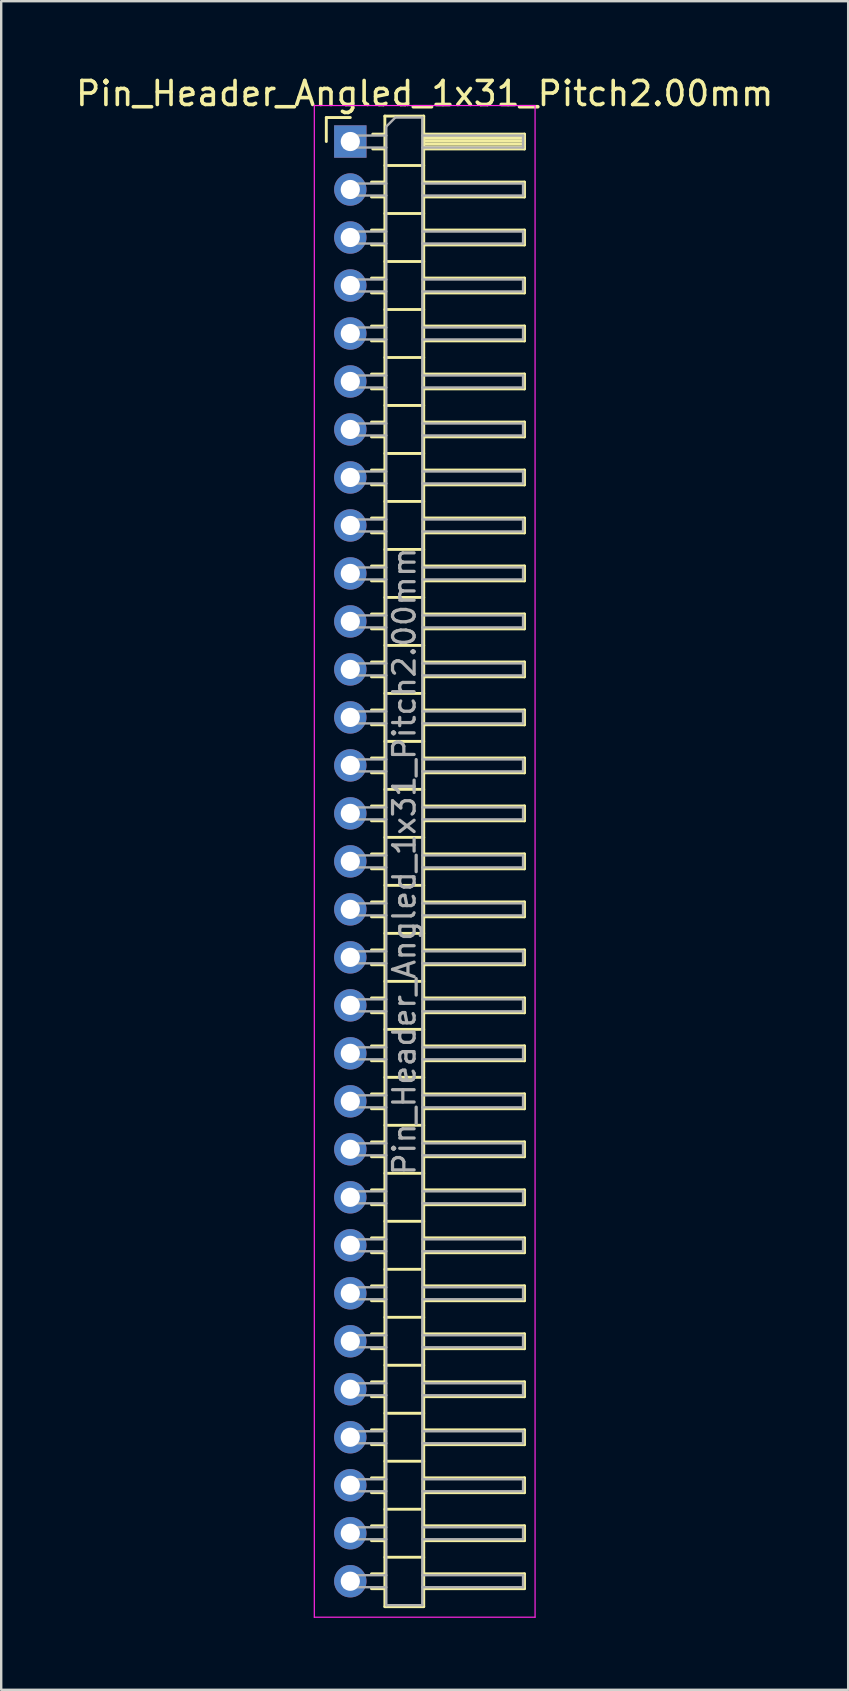
<source format=kicad_pcb>
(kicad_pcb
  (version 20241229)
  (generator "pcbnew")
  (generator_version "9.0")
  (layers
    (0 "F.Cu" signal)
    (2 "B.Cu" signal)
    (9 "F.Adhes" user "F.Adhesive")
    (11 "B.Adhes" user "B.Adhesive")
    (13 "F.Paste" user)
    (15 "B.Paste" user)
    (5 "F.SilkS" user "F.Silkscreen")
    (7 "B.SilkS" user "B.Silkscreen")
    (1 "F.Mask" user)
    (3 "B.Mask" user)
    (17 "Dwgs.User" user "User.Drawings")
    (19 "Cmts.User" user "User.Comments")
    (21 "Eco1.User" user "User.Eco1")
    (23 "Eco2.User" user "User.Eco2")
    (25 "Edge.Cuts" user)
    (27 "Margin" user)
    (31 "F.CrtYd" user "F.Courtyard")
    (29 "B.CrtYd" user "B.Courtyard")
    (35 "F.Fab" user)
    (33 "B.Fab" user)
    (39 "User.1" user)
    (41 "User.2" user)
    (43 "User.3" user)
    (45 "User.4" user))
  (footprint "Pin_Header_Angled_1x31_Pitch2.00mm"
    (layer "F.Cu")
    (at 11.549 2.848)
    (property "Reference" "Pin_Header_Angled_1x31_Pitch2.00mm" (at 3.1 -2 0) (layer "F.SilkS") (effects (font (size 1 1) (thickness 0.15))))
    (attr through_hole)
    (fp_line (start -1 -1) (end 0 -1) (stroke (width 0.12) (type solid)) (layer "F.SilkS"))
    (fp_line (start -1 0) (end -1 -1) (stroke (width 0.12) (type solid)) (layer "F.SilkS"))
    (fp_line (start 0.882 1.69) (end 1.44 1.69) (stroke (width 0.12) (type solid)) (layer "F.SilkS"))
    (fp_line (start 0.882 2.31) (end 1.44 2.31) (stroke (width 0.12) (type solid)) (layer "F.SilkS"))
    (fp_line (start 0.882 3.69) (end 1.44 3.69) (stroke (width 0.12) (type solid)) (layer "F.SilkS"))
    (fp_line (start 0.882 4.31) (end 1.44 4.31) (stroke (width 0.12) (type solid)) (layer "F.SilkS"))
    (fp_line (start 0.882 5.69) (end 1.44 5.69) (stroke (width 0.12) (type solid)) (layer "F.SilkS"))
    (fp_line (start 0.882 6.31) (end 1.44 6.31) (stroke (width 0.12) (type solid)) (layer "F.SilkS"))
    (fp_line (start 0.882 7.69) (end 1.44 7.69) (stroke (width 0.12) (type solid)) (layer "F.SilkS"))
    (fp_line (start 0.882 8.31) (end 1.44 8.31) (stroke (width 0.12) (type solid)) (layer "F.SilkS"))
    (fp_line (start 0.882 9.69) (end 1.44 9.69) (stroke (width 0.12) (type solid)) (layer "F.SilkS"))
    (fp_line (start 0.882 10.31) (end 1.44 10.31) (stroke (width 0.12) (type solid)) (layer "F.SilkS"))
    (fp_line (start 0.882 11.69) (end 1.44 11.69) (stroke (width 0.12) (type solid)) (layer "F.SilkS"))
    (fp_line (start 0.882 12.31) (end 1.44 12.31) (stroke (width 0.12) (type solid)) (layer "F.SilkS"))
    (fp_line (start 0.882 13.69) (end 1.44 13.69) (stroke (width 0.12) (type solid)) (layer "F.SilkS"))
    (fp_line (start 0.882 14.31) (end 1.44 14.31) (stroke (width 0.12) (type solid)) (layer "F.SilkS"))
    (fp_line (start 0.882 15.69) (end 1.44 15.69) (stroke (width 0.12) (type solid)) (layer "F.SilkS"))
    (fp_line (start 0.882 16.31) (end 1.44 16.31) (stroke (width 0.12) (type solid)) (layer "F.SilkS"))
    (fp_line (start 0.882 17.69) (end 1.44 17.69) (stroke (width 0.12) (type solid)) (layer "F.SilkS"))
    (fp_line (start 0.882 18.31) (end 1.44 18.31) (stroke (width 0.12) (type solid)) (layer "F.SilkS"))
    (fp_line (start 0.882 19.69) (end 1.44 19.69) (stroke (width 0.12) (type solid)) (layer "F.SilkS"))
    (fp_line (start 0.882 20.31) (end 1.44 20.31) (stroke (width 0.12) (type solid)) (layer "F.SilkS"))
    (fp_line (start 0.882 21.69) (end 1.44 21.69) (stroke (width 0.12) (type solid)) (layer "F.SilkS"))
    (fp_line (start 0.882 22.31) (end 1.44 22.31) (stroke (width 0.12) (type solid)) (layer "F.SilkS"))
    (fp_line (start 0.882 23.69) (end 1.44 23.69) (stroke (width 0.12) (type solid)) (layer "F.SilkS"))
    (fp_line (start 0.882 24.31) (end 1.44 24.31) (stroke (width 0.12) (type solid)) (layer "F.SilkS"))
    (fp_line (start 0.882 25.69) (end 1.44 25.69) (stroke (width 0.12) (type solid)) (layer "F.SilkS"))
    (fp_line (start 0.882 26.31) (end 1.44 26.31) (stroke (width 0.12) (type solid)) (layer "F.SilkS"))
    (fp_line (start 0.882 27.69) (end 1.44 27.69) (stroke (width 0.12) (type solid)) (layer "F.SilkS"))
    (fp_line (start 0.882 28.31) (end 1.44 28.31) (stroke (width 0.12) (type solid)) (layer "F.SilkS"))
    (fp_line (start 0.882 29.69) (end 1.44 29.69) (stroke (width 0.12) (type solid)) (layer "F.SilkS"))
    (fp_line (start 0.882 30.31) (end 1.44 30.31) (stroke (width 0.12) (type solid)) (layer "F.SilkS"))
    (fp_line (start 0.882 31.69) (end 1.44 31.69) (stroke (width 0.12) (type solid)) (layer "F.SilkS"))
    (fp_line (start 0.882 32.31) (end 1.44 32.31) (stroke (width 0.12) (type solid)) (layer "F.SilkS"))
    (fp_line (start 0.882 33.69) (end 1.44 33.69) (stroke (width 0.12) (type solid)) (layer "F.SilkS"))
    (fp_line (start 0.882 34.31) (end 1.44 34.31) (stroke (width 0.12) (type solid)) (layer "F.SilkS"))
    (fp_line (start 0.882 35.69) (end 1.44 35.69) (stroke (width 0.12) (type solid)) (layer "F.SilkS"))
    (fp_line (start 0.882 36.31) (end 1.44 36.31) (stroke (width 0.12) (type solid)) (layer "F.SilkS"))
    (fp_line (start 0.882 37.69) (end 1.44 37.69) (stroke (width 0.12) (type solid)) (layer "F.SilkS"))
    (fp_line (start 0.882 38.31) (end 1.44 38.31) (stroke (width 0.12) (type solid)) (layer "F.SilkS"))
    (fp_line (start 0.882 39.69) (end 1.44 39.69) (stroke (width 0.12) (type solid)) (layer "F.SilkS"))
    (fp_line (start 0.882 40.31) (end 1.44 40.31) (stroke (width 0.12) (type solid)) (layer "F.SilkS"))
    (fp_line (start 0.882 41.69) (end 1.44 41.69) (stroke (width 0.12) (type solid)) (layer "F.SilkS"))
    (fp_line (start 0.882 42.31) (end 1.44 42.31) (stroke (width 0.12) (type solid)) (layer "F.SilkS"))
    (fp_line (start 0.882 43.69) (end 1.44 43.69) (stroke (width 0.12) (type solid)) (layer "F.SilkS"))
    (fp_line (start 0.882 44.31) (end 1.44 44.31) (stroke (width 0.12) (type solid)) (layer "F.SilkS"))
    (fp_line (start 0.882 45.69) (end 1.44 45.69) (stroke (width 0.12) (type solid)) (layer "F.SilkS"))
    (fp_line (start 0.882 46.31) (end 1.44 46.31) (stroke (width 0.12) (type solid)) (layer "F.SilkS"))
    (fp_line (start 0.882 47.69) (end 1.44 47.69) (stroke (width 0.12) (type solid)) (layer "F.SilkS"))
    (fp_line (start 0.882 48.31) (end 1.44 48.31) (stroke (width 0.12) (type solid)) (layer "F.SilkS"))
    (fp_line (start 0.882 49.69) (end 1.44 49.69) (stroke (width 0.12) (type solid)) (layer "F.SilkS"))
    (fp_line (start 0.882 50.31) (end 1.44 50.31) (stroke (width 0.12) (type solid)) (layer "F.SilkS"))
    (fp_line (start 0.882 51.69) (end 1.44 51.69) (stroke (width 0.12) (type solid)) (layer "F.SilkS"))
    (fp_line (start 0.882 52.31) (end 1.44 52.31) (stroke (width 0.12) (type solid)) (layer "F.SilkS"))
    (fp_line (start 0.882 53.69) (end 1.44 53.69) (stroke (width 0.12) (type solid)) (layer "F.SilkS"))
    (fp_line (start 0.882 54.31) (end 1.44 54.31) (stroke (width 0.12) (type solid)) (layer "F.SilkS"))
    (fp_line (start 0.882 55.69) (end 1.44 55.69) (stroke (width 0.12) (type solid)) (layer "F.SilkS"))
    (fp_line (start 0.882 56.31) (end 1.44 56.31) (stroke (width 0.12) (type solid)) (layer "F.SilkS"))
    (fp_line (start 0.882 57.69) (end 1.44 57.69) (stroke (width 0.12) (type solid)) (layer "F.SilkS"))
    (fp_line (start 0.882 58.31) (end 1.44 58.31) (stroke (width 0.12) (type solid)) (layer "F.SilkS"))
    (fp_line (start 0.882 59.69) (end 1.44 59.69) (stroke (width 0.12) (type solid)) (layer "F.SilkS"))
    (fp_line (start 0.882 60.31) (end 1.44 60.31) (stroke (width 0.12) (type solid)) (layer "F.SilkS"))
    (fp_line (start 0.935 -0.31) (end 1.44 -0.31) (stroke (width 0.12) (type solid)) (layer "F.SilkS"))
    (fp_line (start 0.935 0.31) (end 1.44 0.31) (stroke (width 0.12) (type solid)) (layer "F.SilkS"))
    (fp_line (start 1.44 -1.06) (end 1.44 61.06) (stroke (width 0.12) (type solid)) (layer "F.SilkS"))
    (fp_line (start 1.44 1) (end 3.06 1) (stroke (width 0.12) (type solid)) (layer "F.SilkS"))
    (fp_line (start 1.44 3) (end 3.06 3) (stroke (width 0.12) (type solid)) (layer "F.SilkS"))
    (fp_line (start 1.44 5) (end 3.06 5) (stroke (width 0.12) (type solid)) (layer "F.SilkS"))
    (fp_line (start 1.44 7) (end 3.06 7) (stroke (width 0.12) (type solid)) (layer "F.SilkS"))
    (fp_line (start 1.44 9) (end 3.06 9) (stroke (width 0.12) (type solid)) (layer "F.SilkS"))
    (fp_line (start 1.44 11) (end 3.06 11) (stroke (width 0.12) (type solid)) (layer "F.SilkS"))
    (fp_line (start 1.44 13) (end 3.06 13) (stroke (width 0.12) (type solid)) (layer "F.SilkS"))
    (fp_line (start 1.44 15) (end 3.06 15) (stroke (width 0.12) (type solid)) (layer "F.SilkS"))
    (fp_line (start 1.44 17) (end 3.06 17) (stroke (width 0.12) (type solid)) (layer "F.SilkS"))
    (fp_line (start 1.44 19) (end 3.06 19) (stroke (width 0.12) (type solid)) (layer "F.SilkS"))
    (fp_line (start 1.44 21) (end 3.06 21) (stroke (width 0.12) (type solid)) (layer "F.SilkS"))
    (fp_line (start 1.44 23) (end 3.06 23) (stroke (width 0.12) (type solid)) (layer "F.SilkS"))
    (fp_line (start 1.44 25) (end 3.06 25) (stroke (width 0.12) (type solid)) (layer "F.SilkS"))
    (fp_line (start 1.44 27) (end 3.06 27) (stroke (width 0.12) (type solid)) (layer "F.SilkS"))
    (fp_line (start 1.44 29) (end 3.06 29) (stroke (width 0.12) (type solid)) (layer "F.SilkS"))
    (fp_line (start 1.44 31) (end 3.06 31) (stroke (width 0.12) (type solid)) (layer "F.SilkS"))
    (fp_line (start 1.44 33) (end 3.06 33) (stroke (width 0.12) (type solid)) (layer "F.SilkS"))
    (fp_line (start 1.44 35) (end 3.06 35) (stroke (width 0.12) (type solid)) (layer "F.SilkS"))
    (fp_line (start 1.44 37) (end 3.06 37) (stroke (width 0.12) (type solid)) (layer "F.SilkS"))
    (fp_line (start 1.44 39) (end 3.06 39) (stroke (width 0.12) (type solid)) (layer "F.SilkS"))
    (fp_line (start 1.44 41) (end 3.06 41) (stroke (width 0.12) (type solid)) (layer "F.SilkS"))
    (fp_line (start 1.44 43) (end 3.06 43) (stroke (width 0.12) (type solid)) (layer "F.SilkS"))
    (fp_line (start 1.44 45) (end 3.06 45) (stroke (width 0.12) (type solid)) (layer "F.SilkS"))
    (fp_line (start 1.44 47) (end 3.06 47) (stroke (width 0.12) (type solid)) (layer "F.SilkS"))
    (fp_line (start 1.44 49) (end 3.06 49) (stroke (width 0.12) (type solid)) (layer "F.SilkS"))
    (fp_line (start 1.44 51) (end 3.06 51) (stroke (width 0.12) (type solid)) (layer "F.SilkS"))
    (fp_line (start 1.44 53) (end 3.06 53) (stroke (width 0.12) (type solid)) (layer "F.SilkS"))
    (fp_line (start 1.44 55) (end 3.06 55) (stroke (width 0.12) (type solid)) (layer "F.SilkS"))
    (fp_line (start 1.44 57) (end 3.06 57) (stroke (width 0.12) (type solid)) (layer "F.SilkS"))
    (fp_line (start 1.44 59) (end 3.06 59) (stroke (width 0.12) (type solid)) (layer "F.SilkS"))
    (fp_line (start 1.44 61.06) (end 3.06 61.06) (stroke (width 0.12) (type solid)) (layer "F.SilkS"))
    (fp_line (start 3.06 -1.06) (end 1.44 -1.06) (stroke (width 0.12) (type solid)) (layer "F.SilkS"))
    (fp_line (start 3.06 -0.31) (end 7.26 -0.31) (stroke (width 0.12) (type solid)) (layer "F.SilkS"))
    (fp_line (start 3.06 -0.25) (end 7.26 -0.25) (stroke (width 0.12) (type solid)) (layer "F.SilkS"))
    (fp_line (start 3.06 -0.13) (end 7.26 -0.13) (stroke (width 0.12) (type solid)) (layer "F.SilkS"))
    (fp_line (start 3.06 -0.01) (end 7.26 -0.01) (stroke (width 0.12) (type solid)) (layer "F.SilkS"))
    (fp_line (start 3.06 0.11) (end 7.26 0.11) (stroke (width 0.12) (type solid)) (layer "F.SilkS"))
    (fp_line (start 3.06 0.23) (end 7.26 0.23) (stroke (width 0.12) (type solid)) (layer "F.SilkS"))
    (fp_line (start 3.06 1.69) (end 7.26 1.69) (stroke (width 0.12) (type solid)) (layer "F.SilkS"))
    (fp_line (start 3.06 3.69) (end 7.26 3.69) (stroke (width 0.12) (type solid)) (layer "F.SilkS"))
    (fp_line (start 3.06 5.69) (end 7.26 5.69) (stroke (width 0.12) (type solid)) (layer "F.SilkS"))
    (fp_line (start 3.06 7.69) (end 7.26 7.69) (stroke (width 0.12) (type solid)) (layer "F.SilkS"))
    (fp_line (start 3.06 9.69) (end 7.26 9.69) (stroke (width 0.12) (type solid)) (layer "F.SilkS"))
    (fp_line (start 3.06 11.69) (end 7.26 11.69) (stroke (width 0.12) (type solid)) (layer "F.SilkS"))
    (fp_line (start 3.06 13.69) (end 7.26 13.69) (stroke (width 0.12) (type solid)) (layer "F.SilkS"))
    (fp_line (start 3.06 15.69) (end 7.26 15.69) (stroke (width 0.12) (type solid)) (layer "F.SilkS"))
    (fp_line (start 3.06 17.69) (end 7.26 17.69) (stroke (width 0.12) (type solid)) (layer "F.SilkS"))
    (fp_line (start 3.06 19.69) (end 7.26 19.69) (stroke (width 0.12) (type solid)) (layer "F.SilkS"))
    (fp_line (start 3.06 21.69) (end 7.26 21.69) (stroke (width 0.12) (type solid)) (layer "F.SilkS"))
    (fp_line (start 3.06 23.69) (end 7.26 23.69) (stroke (width 0.12) (type solid)) (layer "F.SilkS"))
    (fp_line (start 3.06 25.69) (end 7.26 25.69) (stroke (width 0.12) (type solid)) (layer "F.SilkS"))
    (fp_line (start 3.06 27.69) (end 7.26 27.69) (stroke (width 0.12) (type solid)) (layer "F.SilkS"))
    (fp_line (start 3.06 29.69) (end 7.26 29.69) (stroke (width 0.12) (type solid)) (layer "F.SilkS"))
    (fp_line (start 3.06 31.69) (end 7.26 31.69) (stroke (width 0.12) (type solid)) (layer "F.SilkS"))
    (fp_line (start 3.06 33.69) (end 7.26 33.69) (stroke (width 0.12) (type solid)) (layer "F.SilkS"))
    (fp_line (start 3.06 35.69) (end 7.26 35.69) (stroke (width 0.12) (type solid)) (layer "F.SilkS"))
    (fp_line (start 3.06 37.69) (end 7.26 37.69) (stroke (width 0.12) (type solid)) (layer "F.SilkS"))
    (fp_line (start 3.06 39.69) (end 7.26 39.69) (stroke (width 0.12) (type solid)) (layer "F.SilkS"))
    (fp_line (start 3.06 41.69) (end 7.26 41.69) (stroke (width 0.12) (type solid)) (layer "F.SilkS"))
    (fp_line (start 3.06 43.69) (end 7.26 43.69) (stroke (width 0.12) (type solid)) (layer "F.SilkS"))
    (fp_line (start 3.06 45.69) (end 7.26 45.69) (stroke (width 0.12) (type solid)) (layer "F.SilkS"))
    (fp_line (start 3.06 47.69) (end 7.26 47.69) (stroke (width 0.12) (type solid)) (layer "F.SilkS"))
    (fp_line (start 3.06 49.69) (end 7.26 49.69) (stroke (width 0.12) (type solid)) (layer "F.SilkS"))
    (fp_line (start 3.06 51.69) (end 7.26 51.69) (stroke (width 0.12) (type solid)) (layer "F.SilkS"))
    (fp_line (start 3.06 53.69) (end 7.26 53.69) (stroke (width 0.12) (type solid)) (layer "F.SilkS"))
    (fp_line (start 3.06 55.69) (end 7.26 55.69) (stroke (width 0.12) (type solid)) (layer "F.SilkS"))
    (fp_line (start 3.06 57.69) (end 7.26 57.69) (stroke (width 0.12) (type solid)) (layer "F.SilkS"))
    (fp_line (start 3.06 59.69) (end 7.26 59.69) (stroke (width 0.12) (type solid)) (layer "F.SilkS"))
    (fp_line (start 3.06 61.06) (end 3.06 -1.06) (stroke (width 0.12) (type solid)) (layer "F.SilkS"))
    (fp_line (start 7.26 -0.31) (end 7.26 0.31) (stroke (width 0.12) (type solid)) (layer "F.SilkS"))
    (fp_line (start 7.26 0.31) (end 3.06 0.31) (stroke (width 0.12) (type solid)) (layer "F.SilkS"))
    (fp_line (start 7.26 1.69) (end 7.26 2.31) (stroke (width 0.12) (type solid)) (layer "F.SilkS"))
    (fp_line (start 7.26 2.31) (end 3.06 2.31) (stroke (width 0.12) (type solid)) (layer "F.SilkS"))
    (fp_line (start 7.26 3.69) (end 7.26 4.31) (stroke (width 0.12) (type solid)) (layer "F.SilkS"))
    (fp_line (start 7.26 4.31) (end 3.06 4.31) (stroke (width 0.12) (type solid)) (layer "F.SilkS"))
    (fp_line (start 7.26 5.69) (end 7.26 6.31) (stroke (width 0.12) (type solid)) (layer "F.SilkS"))
    (fp_line (start 7.26 6.31) (end 3.06 6.31) (stroke (width 0.12) (type solid)) (layer "F.SilkS"))
    (fp_line (start 7.26 7.69) (end 7.26 8.31) (stroke (width 0.12) (type solid)) (layer "F.SilkS"))
    (fp_line (start 7.26 8.31) (end 3.06 8.31) (stroke (width 0.12) (type solid)) (layer "F.SilkS"))
    (fp_line (start 7.26 9.69) (end 7.26 10.31) (stroke (width 0.12) (type solid)) (layer "F.SilkS"))
    (fp_line (start 7.26 10.31) (end 3.06 10.31) (stroke (width 0.12) (type solid)) (layer "F.SilkS"))
    (fp_line (start 7.26 11.69) (end 7.26 12.31) (stroke (width 0.12) (type solid)) (layer "F.SilkS"))
    (fp_line (start 7.26 12.31) (end 3.06 12.31) (stroke (width 0.12) (type solid)) (layer "F.SilkS"))
    (fp_line (start 7.26 13.69) (end 7.26 14.31) (stroke (width 0.12) (type solid)) (layer "F.SilkS"))
    (fp_line (start 7.26 14.31) (end 3.06 14.31) (stroke (width 0.12) (type solid)) (layer "F.SilkS"))
    (fp_line (start 7.26 15.69) (end 7.26 16.31) (stroke (width 0.12) (type solid)) (layer "F.SilkS"))
    (fp_line (start 7.26 16.31) (end 3.06 16.31) (stroke (width 0.12) (type solid)) (layer "F.SilkS"))
    (fp_line (start 7.26 17.69) (end 7.26 18.31) (stroke (width 0.12) (type solid)) (layer "F.SilkS"))
    (fp_line (start 7.26 18.31) (end 3.06 18.31) (stroke (width 0.12) (type solid)) (layer "F.SilkS"))
    (fp_line (start 7.26 19.69) (end 7.26 20.31) (stroke (width 0.12) (type solid)) (layer "F.SilkS"))
    (fp_line (start 7.26 20.31) (end 3.06 20.31) (stroke (width 0.12) (type solid)) (layer "F.SilkS"))
    (fp_line (start 7.26 21.69) (end 7.26 22.31) (stroke (width 0.12) (type solid)) (layer "F.SilkS"))
    (fp_line (start 7.26 22.31) (end 3.06 22.31) (stroke (width 0.12) (type solid)) (layer "F.SilkS"))
    (fp_line (start 7.26 23.69) (end 7.26 24.31) (stroke (width 0.12) (type solid)) (layer "F.SilkS"))
    (fp_line (start 7.26 24.31) (end 3.06 24.31) (stroke (width 0.12) (type solid)) (layer "F.SilkS"))
    (fp_line (start 7.26 25.69) (end 7.26 26.31) (stroke (width 0.12) (type solid)) (layer "F.SilkS"))
    (fp_line (start 7.26 26.31) (end 3.06 26.31) (stroke (width 0.12) (type solid)) (layer "F.SilkS"))
    (fp_line (start 7.26 27.69) (end 7.26 28.31) (stroke (width 0.12) (type solid)) (layer "F.SilkS"))
    (fp_line (start 7.26 28.31) (end 3.06 28.31) (stroke (width 0.12) (type solid)) (layer "F.SilkS"))
    (fp_line (start 7.26 29.69) (end 7.26 30.31) (stroke (width 0.12) (type solid)) (layer "F.SilkS"))
    (fp_line (start 7.26 30.31) (end 3.06 30.31) (stroke (width 0.12) (type solid)) (layer "F.SilkS"))
    (fp_line (start 7.26 31.69) (end 7.26 32.31) (stroke (width 0.12) (type solid)) (layer "F.SilkS"))
    (fp_line (start 7.26 32.31) (end 3.06 32.31) (stroke (width 0.12) (type solid)) (layer "F.SilkS"))
    (fp_line (start 7.26 33.69) (end 7.26 34.31) (stroke (width 0.12) (type solid)) (layer "F.SilkS"))
    (fp_line (start 7.26 34.31) (end 3.06 34.31) (stroke (width 0.12) (type solid)) (layer "F.SilkS"))
    (fp_line (start 7.26 35.69) (end 7.26 36.31) (stroke (width 0.12) (type solid)) (layer "F.SilkS"))
    (fp_line (start 7.26 36.31) (end 3.06 36.31) (stroke (width 0.12) (type solid)) (layer "F.SilkS"))
    (fp_line (start 7.26 37.69) (end 7.26 38.31) (stroke (width 0.12) (type solid)) (layer "F.SilkS"))
    (fp_line (start 7.26 38.31) (end 3.06 38.31) (stroke (width 0.12) (type solid)) (layer "F.SilkS"))
    (fp_line (start 7.26 39.69) (end 7.26 40.31) (stroke (width 0.12) (type solid)) (layer "F.SilkS"))
    (fp_line (start 7.26 40.31) (end 3.06 40.31) (stroke (width 0.12) (type solid)) (layer "F.SilkS"))
    (fp_line (start 7.26 41.69) (end 7.26 42.31) (stroke (width 0.12) (type solid)) (layer "F.SilkS"))
    (fp_line (start 7.26 42.31) (end 3.06 42.31) (stroke (width 0.12) (type solid)) (layer "F.SilkS"))
    (fp_line (start 7.26 43.69) (end 7.26 44.31) (stroke (width 0.12) (type solid)) (layer "F.SilkS"))
    (fp_line (start 7.26 44.31) (end 3.06 44.31) (stroke (width 0.12) (type solid)) (layer "F.SilkS"))
    (fp_line (start 7.26 45.69) (end 7.26 46.31) (stroke (width 0.12) (type solid)) (layer "F.SilkS"))
    (fp_line (start 7.26 46.31) (end 3.06 46.31) (stroke (width 0.12) (type solid)) (layer "F.SilkS"))
    (fp_line (start 7.26 47.69) (end 7.26 48.31) (stroke (width 0.12) (type solid)) (layer "F.SilkS"))
    (fp_line (start 7.26 48.31) (end 3.06 48.31) (stroke (width 0.12) (type solid)) (layer "F.SilkS"))
    (fp_line (start 7.26 49.69) (end 7.26 50.31) (stroke (width 0.12) (type solid)) (layer "F.SilkS"))
    (fp_line (start 7.26 50.31) (end 3.06 50.31) (stroke (width 0.12) (type solid)) (layer "F.SilkS"))
    (fp_line (start 7.26 51.69) (end 7.26 52.31) (stroke (width 0.12) (type solid)) (layer "F.SilkS"))
    (fp_line (start 7.26 52.31) (end 3.06 52.31) (stroke (width 0.12) (type solid)) (layer "F.SilkS"))
    (fp_line (start 7.26 53.69) (end 7.26 54.31) (stroke (width 0.12) (type solid)) (layer "F.SilkS"))
    (fp_line (start 7.26 54.31) (end 3.06 54.31) (stroke (width 0.12) (type solid)) (layer "F.SilkS"))
    (fp_line (start 7.26 55.69) (end 7.26 56.31) (stroke (width 0.12) (type solid)) (layer "F.SilkS"))
    (fp_line (start 7.26 56.31) (end 3.06 56.31) (stroke (width 0.12) (type solid)) (layer "F.SilkS"))
    (fp_line (start 7.26 57.69) (end 7.26 58.31) (stroke (width 0.12) (type solid)) (layer "F.SilkS"))
    (fp_line (start 7.26 58.31) (end 3.06 58.31) (stroke (width 0.12) (type solid)) (layer "F.SilkS"))
    (fp_line (start 7.26 59.69) (end 7.26 60.31) (stroke (width 0.12) (type solid)) (layer "F.SilkS"))
    (fp_line (start 7.26 60.31) (end 3.06 60.31) (stroke (width 0.12) (type solid)) (layer "F.SilkS"))
    (fp_line (start -1.5 -1.5) (end -1.5 61.5) (stroke (width 0.05) (type solid)) (layer "F.CrtYd"))
    (fp_line (start -1.5 61.5) (end 7.7 61.5) (stroke (width 0.05) (type solid)) (layer "F.CrtYd"))
    (fp_line (start 7.7 -1.5) (end -1.5 -1.5) (stroke (width 0.05) (type solid)) (layer "F.CrtYd"))
    (fp_line (start 7.7 61.5) (end 7.7 -1.5) (stroke (width 0.05) (type solid)) (layer "F.CrtYd"))
    (fp_line (start -0.25 -0.25) (end -0.25 0.25) (stroke (width 0.1) (type solid)) (layer "F.Fab"))
    (fp_line (start -0.25 -0.25) (end 1.5 -0.25) (stroke (width 0.1) (type solid)) (layer "F.Fab"))
    (fp_line (start -0.25 0.25) (end 1.5 0.25) (stroke (width 0.1) (type solid)) (layer "F.Fab"))
    (fp_line (start -0.25 1.75) (end -0.25 2.25) (stroke (width 0.1) (type solid)) (layer "F.Fab"))
    (fp_line (start -0.25 1.75) (end 1.5 1.75) (stroke (width 0.1) (type solid)) (layer "F.Fab"))
    (fp_line (start -0.25 2.25) (end 1.5 2.25) (stroke (width 0.1) (type solid)) (layer "F.Fab"))
    (fp_line (start -0.25 3.75) (end -0.25 4.25) (stroke (width 0.1) (type solid)) (layer "F.Fab"))
    (fp_line (start -0.25 3.75) (end 1.5 3.75) (stroke (width 0.1) (type solid)) (layer "F.Fab"))
    (fp_line (start -0.25 4.25) (end 1.5 4.25) (stroke (width 0.1) (type solid)) (layer "F.Fab"))
    (fp_line (start -0.25 5.75) (end -0.25 6.25) (stroke (width 0.1) (type solid)) (layer "F.Fab"))
    (fp_line (start -0.25 5.75) (end 1.5 5.75) (stroke (width 0.1) (type solid)) (layer "F.Fab"))
    (fp_line (start -0.25 6.25) (end 1.5 6.25) (stroke (width 0.1) (type solid)) (layer "F.Fab"))
    (fp_line (start -0.25 7.75) (end -0.25 8.25) (stroke (width 0.1) (type solid)) (layer "F.Fab"))
    (fp_line (start -0.25 7.75) (end 1.5 7.75) (stroke (width 0.1) (type solid)) (layer "F.Fab"))
    (fp_line (start -0.25 8.25) (end 1.5 8.25) (stroke (width 0.1) (type solid)) (layer "F.Fab"))
    (fp_line (start -0.25 9.75) (end -0.25 10.25) (stroke (width 0.1) (type solid)) (layer "F.Fab"))
    (fp_line (start -0.25 9.75) (end 1.5 9.75) (stroke (width 0.1) (type solid)) (layer "F.Fab"))
    (fp_line (start -0.25 10.25) (end 1.5 10.25) (stroke (width 0.1) (type solid)) (layer "F.Fab"))
    (fp_line (start -0.25 11.75) (end -0.25 12.25) (stroke (width 0.1) (type solid)) (layer "F.Fab"))
    (fp_line (start -0.25 11.75) (end 1.5 11.75) (stroke (width 0.1) (type solid)) (layer "F.Fab"))
    (fp_line (start -0.25 12.25) (end 1.5 12.25) (stroke (width 0.1) (type solid)) (layer "F.Fab"))
    (fp_line (start -0.25 13.75) (end -0.25 14.25) (stroke (width 0.1) (type solid)) (layer "F.Fab"))
    (fp_line (start -0.25 13.75) (end 1.5 13.75) (stroke (width 0.1) (type solid)) (layer "F.Fab"))
    (fp_line (start -0.25 14.25) (end 1.5 14.25) (stroke (width 0.1) (type solid)) (layer "F.Fab"))
    (fp_line (start -0.25 15.75) (end -0.25 16.25) (stroke (width 0.1) (type solid)) (layer "F.Fab"))
    (fp_line (start -0.25 15.75) (end 1.5 15.75) (stroke (width 0.1) (type solid)) (layer "F.Fab"))
    (fp_line (start -0.25 16.25) (end 1.5 16.25) (stroke (width 0.1) (type solid)) (layer "F.Fab"))
    (fp_line (start -0.25 17.75) (end -0.25 18.25) (stroke (width 0.1) (type solid)) (layer "F.Fab"))
    (fp_line (start -0.25 17.75) (end 1.5 17.75) (stroke (width 0.1) (type solid)) (layer "F.Fab"))
    (fp_line (start -0.25 18.25) (end 1.5 18.25) (stroke (width 0.1) (type solid)) (layer "F.Fab"))
    (fp_line (start -0.25 19.75) (end -0.25 20.25) (stroke (width 0.1) (type solid)) (layer "F.Fab"))
    (fp_line (start -0.25 19.75) (end 1.5 19.75) (stroke (width 0.1) (type solid)) (layer "F.Fab"))
    (fp_line (start -0.25 20.25) (end 1.5 20.25) (stroke (width 0.1) (type solid)) (layer "F.Fab"))
    (fp_line (start -0.25 21.75) (end -0.25 22.25) (stroke (width 0.1) (type solid)) (layer "F.Fab"))
    (fp_line (start -0.25 21.75) (end 1.5 21.75) (stroke (width 0.1) (type solid)) (layer "F.Fab"))
    (fp_line (start -0.25 22.25) (end 1.5 22.25) (stroke (width 0.1) (type solid)) (layer "F.Fab"))
    (fp_line (start -0.25 23.75) (end -0.25 24.25) (stroke (width 0.1) (type solid)) (layer "F.Fab"))
    (fp_line (start -0.25 23.75) (end 1.5 23.75) (stroke (width 0.1) (type solid)) (layer "F.Fab"))
    (fp_line (start -0.25 24.25) (end 1.5 24.25) (stroke (width 0.1) (type solid)) (layer "F.Fab"))
    (fp_line (start -0.25 25.75) (end -0.25 26.25) (stroke (width 0.1) (type solid)) (layer "F.Fab"))
    (fp_line (start -0.25 25.75) (end 1.5 25.75) (stroke (width 0.1) (type solid)) (layer "F.Fab"))
    (fp_line (start -0.25 26.25) (end 1.5 26.25) (stroke (width 0.1) (type solid)) (layer "F.Fab"))
    (fp_line (start -0.25 27.75) (end -0.25 28.25) (stroke (width 0.1) (type solid)) (layer "F.Fab"))
    (fp_line (start -0.25 27.75) (end 1.5 27.75) (stroke (width 0.1) (type solid)) (layer "F.Fab"))
    (fp_line (start -0.25 28.25) (end 1.5 28.25) (stroke (width 0.1) (type solid)) (layer "F.Fab"))
    (fp_line (start -0.25 29.75) (end -0.25 30.25) (stroke (width 0.1) (type solid)) (layer "F.Fab"))
    (fp_line (start -0.25 29.75) (end 1.5 29.75) (stroke (width 0.1) (type solid)) (layer "F.Fab"))
    (fp_line (start -0.25 30.25) (end 1.5 30.25) (stroke (width 0.1) (type solid)) (layer "F.Fab"))
    (fp_line (start -0.25 31.75) (end -0.25 32.25) (stroke (width 0.1) (type solid)) (layer "F.Fab"))
    (fp_line (start -0.25 31.75) (end 1.5 31.75) (stroke (width 0.1) (type solid)) (layer "F.Fab"))
    (fp_line (start -0.25 32.25) (end 1.5 32.25) (stroke (width 0.1) (type solid)) (layer "F.Fab"))
    (fp_line (start -0.25 33.75) (end -0.25 34.25) (stroke (width 0.1) (type solid)) (layer "F.Fab"))
    (fp_line (start -0.25 33.75) (end 1.5 33.75) (stroke (width 0.1) (type solid)) (layer "F.Fab"))
    (fp_line (start -0.25 34.25) (end 1.5 34.25) (stroke (width 0.1) (type solid)) (layer "F.Fab"))
    (fp_line (start -0.25 35.75) (end -0.25 36.25) (stroke (width 0.1) (type solid)) (layer "F.Fab"))
    (fp_line (start -0.25 35.75) (end 1.5 35.75) (stroke (width 0.1) (type solid)) (layer "F.Fab"))
    (fp_line (start -0.25 36.25) (end 1.5 36.25) (stroke (width 0.1) (type solid)) (layer "F.Fab"))
    (fp_line (start -0.25 37.75) (end -0.25 38.25) (stroke (width 0.1) (type solid)) (layer "F.Fab"))
    (fp_line (start -0.25 37.75) (end 1.5 37.75) (stroke (width 0.1) (type solid)) (layer "F.Fab"))
    (fp_line (start -0.25 38.25) (end 1.5 38.25) (stroke (width 0.1) (type solid)) (layer "F.Fab"))
    (fp_line (start -0.25 39.75) (end -0.25 40.25) (stroke (width 0.1) (type solid)) (layer "F.Fab"))
    (fp_line (start -0.25 39.75) (end 1.5 39.75) (stroke (width 0.1) (type solid)) (layer "F.Fab"))
    (fp_line (start -0.25 40.25) (end 1.5 40.25) (stroke (width 0.1) (type solid)) (layer "F.Fab"))
    (fp_line (start -0.25 41.75) (end -0.25 42.25) (stroke (width 0.1) (type solid)) (layer "F.Fab"))
    (fp_line (start -0.25 41.75) (end 1.5 41.75) (stroke (width 0.1) (type solid)) (layer "F.Fab"))
    (fp_line (start -0.25 42.25) (end 1.5 42.25) (stroke (width 0.1) (type solid)) (layer "F.Fab"))
    (fp_line (start -0.25 43.75) (end -0.25 44.25) (stroke (width 0.1) (type solid)) (layer "F.Fab"))
    (fp_line (start -0.25 43.75) (end 1.5 43.75) (stroke (width 0.1) (type solid)) (layer "F.Fab"))
    (fp_line (start -0.25 44.25) (end 1.5 44.25) (stroke (width 0.1) (type solid)) (layer "F.Fab"))
    (fp_line (start -0.25 45.75) (end -0.25 46.25) (stroke (width 0.1) (type solid)) (layer "F.Fab"))
    (fp_line (start -0.25 45.75) (end 1.5 45.75) (stroke (width 0.1) (type solid)) (layer "F.Fab"))
    (fp_line (start -0.25 46.25) (end 1.5 46.25) (stroke (width 0.1) (type solid)) (layer "F.Fab"))
    (fp_line (start -0.25 47.75) (end -0.25 48.25) (stroke (width 0.1) (type solid)) (layer "F.Fab"))
    (fp_line (start -0.25 47.75) (end 1.5 47.75) (stroke (width 0.1) (type solid)) (layer "F.Fab"))
    (fp_line (start -0.25 48.25) (end 1.5 48.25) (stroke (width 0.1) (type solid)) (layer "F.Fab"))
    (fp_line (start -0.25 49.75) (end -0.25 50.25) (stroke (width 0.1) (type solid)) (layer "F.Fab"))
    (fp_line (start -0.25 49.75) (end 1.5 49.75) (stroke (width 0.1) (type solid)) (layer "F.Fab"))
    (fp_line (start -0.25 50.25) (end 1.5 50.25) (stroke (width 0.1) (type solid)) (layer "F.Fab"))
    (fp_line (start -0.25 51.75) (end -0.25 52.25) (stroke (width 0.1) (type solid)) (layer "F.Fab"))
    (fp_line (start -0.25 51.75) (end 1.5 51.75) (stroke (width 0.1) (type solid)) (layer "F.Fab"))
    (fp_line (start -0.25 52.25) (end 1.5 52.25) (stroke (width 0.1) (type solid)) (layer "F.Fab"))
    (fp_line (start -0.25 53.75) (end -0.25 54.25) (stroke (width 0.1) (type solid)) (layer "F.Fab"))
    (fp_line (start -0.25 53.75) (end 1.5 53.75) (stroke (width 0.1) (type solid)) (layer "F.Fab"))
    (fp_line (start -0.25 54.25) (end 1.5 54.25) (stroke (width 0.1) (type solid)) (layer "F.Fab"))
    (fp_line (start -0.25 55.75) (end -0.25 56.25) (stroke (width 0.1) (type solid)) (layer "F.Fab"))
    (fp_line (start -0.25 55.75) (end 1.5 55.75) (stroke (width 0.1) (type solid)) (layer "F.Fab"))
    (fp_line (start -0.25 56.25) (end 1.5 56.25) (stroke (width 0.1) (type solid)) (layer "F.Fab"))
    (fp_line (start -0.25 57.75) (end -0.25 58.25) (stroke (width 0.1) (type solid)) (layer "F.Fab"))
    (fp_line (start -0.25 57.75) (end 1.5 57.75) (stroke (width 0.1) (type solid)) (layer "F.Fab"))
    (fp_line (start -0.25 58.25) (end 1.5 58.25) (stroke (width 0.1) (type solid)) (layer "F.Fab"))
    (fp_line (start -0.25 59.75) (end -0.25 60.25) (stroke (width 0.1) (type solid)) (layer "F.Fab"))
    (fp_line (start -0.25 59.75) (end 1.5 59.75) (stroke (width 0.1) (type solid)) (layer "F.Fab"))
    (fp_line (start -0.25 60.25) (end 1.5 60.25) (stroke (width 0.1) (type solid)) (layer "F.Fab"))
    (fp_line (start 1.5 -0.625) (end 1.875 -1) (stroke (width 0.1) (type solid)) (layer "F.Fab"))
    (fp_line (start 1.5 61) (end 1.5 -0.625) (stroke (width 0.1) (type solid)) (layer "F.Fab"))
    (fp_line (start 1.875 -1) (end 3 -1) (stroke (width 0.1) (type solid)) (layer "F.Fab"))
    (fp_line (start 3 -1) (end 3 61) (stroke (width 0.1) (type solid)) (layer "F.Fab"))
    (fp_line (start 3 -0.25) (end 7.2 -0.25) (stroke (width 0.1) (type solid)) (layer "F.Fab"))
    (fp_line (start 3 0.25) (end 7.2 0.25) (stroke (width 0.1) (type solid)) (layer "F.Fab"))
    (fp_line (start 3 1.75) (end 7.2 1.75) (stroke (width 0.1) (type solid)) (layer "F.Fab"))
    (fp_line (start 3 2.25) (end 7.2 2.25) (stroke (width 0.1) (type solid)) (layer "F.Fab"))
    (fp_line (start 3 3.75) (end 7.2 3.75) (stroke (width 0.1) (type solid)) (layer "F.Fab"))
    (fp_line (start 3 4.25) (end 7.2 4.25) (stroke (width 0.1) (type solid)) (layer "F.Fab"))
    (fp_line (start 3 5.75) (end 7.2 5.75) (stroke (width 0.1) (type solid)) (layer "F.Fab"))
    (fp_line (start 3 6.25) (end 7.2 6.25) (stroke (width 0.1) (type solid)) (layer "F.Fab"))
    (fp_line (start 3 7.75) (end 7.2 7.75) (stroke (width 0.1) (type solid)) (layer "F.Fab"))
    (fp_line (start 3 8.25) (end 7.2 8.25) (stroke (width 0.1) (type solid)) (layer "F.Fab"))
    (fp_line (start 3 9.75) (end 7.2 9.75) (stroke (width 0.1) (type solid)) (layer "F.Fab"))
    (fp_line (start 3 10.25) (end 7.2 10.25) (stroke (width 0.1) (type solid)) (layer "F.Fab"))
    (fp_line (start 3 11.75) (end 7.2 11.75) (stroke (width 0.1) (type solid)) (layer "F.Fab"))
    (fp_line (start 3 12.25) (end 7.2 12.25) (stroke (width 0.1) (type solid)) (layer "F.Fab"))
    (fp_line (start 3 13.75) (end 7.2 13.75) (stroke (width 0.1) (type solid)) (layer "F.Fab"))
    (fp_line (start 3 14.25) (end 7.2 14.25) (stroke (width 0.1) (type solid)) (layer "F.Fab"))
    (fp_line (start 3 15.75) (end 7.2 15.75) (stroke (width 0.1) (type solid)) (layer "F.Fab"))
    (fp_line (start 3 16.25) (end 7.2 16.25) (stroke (width 0.1) (type solid)) (layer "F.Fab"))
    (fp_line (start 3 17.75) (end 7.2 17.75) (stroke (width 0.1) (type solid)) (layer "F.Fab"))
    (fp_line (start 3 18.25) (end 7.2 18.25) (stroke (width 0.1) (type solid)) (layer "F.Fab"))
    (fp_line (start 3 19.75) (end 7.2 19.75) (stroke (width 0.1) (type solid)) (layer "F.Fab"))
    (fp_line (start 3 20.25) (end 7.2 20.25) (stroke (width 0.1) (type solid)) (layer "F.Fab"))
    (fp_line (start 3 21.75) (end 7.2 21.75) (stroke (width 0.1) (type solid)) (layer "F.Fab"))
    (fp_line (start 3 22.25) (end 7.2 22.25) (stroke (width 0.1) (type solid)) (layer "F.Fab"))
    (fp_line (start 3 23.75) (end 7.2 23.75) (stroke (width 0.1) (type solid)) (layer "F.Fab"))
    (fp_line (start 3 24.25) (end 7.2 24.25) (stroke (width 0.1) (type solid)) (layer "F.Fab"))
    (fp_line (start 3 25.75) (end 7.2 25.75) (stroke (width 0.1) (type solid)) (layer "F.Fab"))
    (fp_line (start 3 26.25) (end 7.2 26.25) (stroke (width 0.1) (type solid)) (layer "F.Fab"))
    (fp_line (start 3 27.75) (end 7.2 27.75) (stroke (width 0.1) (type solid)) (layer "F.Fab"))
    (fp_line (start 3 28.25) (end 7.2 28.25) (stroke (width 0.1) (type solid)) (layer "F.Fab"))
    (fp_line (start 3 29.75) (end 7.2 29.75) (stroke (width 0.1) (type solid)) (layer "F.Fab"))
    (fp_line (start 3 30.25) (end 7.2 30.25) (stroke (width 0.1) (type solid)) (layer "F.Fab"))
    (fp_line (start 3 31.75) (end 7.2 31.75) (stroke (width 0.1) (type solid)) (layer "F.Fab"))
    (fp_line (start 3 32.25) (end 7.2 32.25) (stroke (width 0.1) (type solid)) (layer "F.Fab"))
    (fp_line (start 3 33.75) (end 7.2 33.75) (stroke (width 0.1) (type solid)) (layer "F.Fab"))
    (fp_line (start 3 34.25) (end 7.2 34.25) (stroke (width 0.1) (type solid)) (layer "F.Fab"))
    (fp_line (start 3 35.75) (end 7.2 35.75) (stroke (width 0.1) (type solid)) (layer "F.Fab"))
    (fp_line (start 3 36.25) (end 7.2 36.25) (stroke (width 0.1) (type solid)) (layer "F.Fab"))
    (fp_line (start 3 37.75) (end 7.2 37.75) (stroke (width 0.1) (type solid)) (layer "F.Fab"))
    (fp_line (start 3 38.25) (end 7.2 38.25) (stroke (width 0.1) (type solid)) (layer "F.Fab"))
    (fp_line (start 3 39.75) (end 7.2 39.75) (stroke (width 0.1) (type solid)) (layer "F.Fab"))
    (fp_line (start 3 40.25) (end 7.2 40.25) (stroke (width 0.1) (type solid)) (layer "F.Fab"))
    (fp_line (start 3 41.75) (end 7.2 41.75) (stroke (width 0.1) (type solid)) (layer "F.Fab"))
    (fp_line (start 3 42.25) (end 7.2 42.25) (stroke (width 0.1) (type solid)) (layer "F.Fab"))
    (fp_line (start 3 43.75) (end 7.2 43.75) (stroke (width 0.1) (type solid)) (layer "F.Fab"))
    (fp_line (start 3 44.25) (end 7.2 44.25) (stroke (width 0.1) (type solid)) (layer "F.Fab"))
    (fp_line (start 3 45.75) (end 7.2 45.75) (stroke (width 0.1) (type solid)) (layer "F.Fab"))
    (fp_line (start 3 46.25) (end 7.2 46.25) (stroke (width 0.1) (type solid)) (layer "F.Fab"))
    (fp_line (start 3 47.75) (end 7.2 47.75) (stroke (width 0.1) (type solid)) (layer "F.Fab"))
    (fp_line (start 3 48.25) (end 7.2 48.25) (stroke (width 0.1) (type solid)) (layer "F.Fab"))
    (fp_line (start 3 49.75) (end 7.2 49.75) (stroke (width 0.1) (type solid)) (layer "F.Fab"))
    (fp_line (start 3 50.25) (end 7.2 50.25) (stroke (width 0.1) (type solid)) (layer "F.Fab"))
    (fp_line (start 3 51.75) (end 7.2 51.75) (stroke (width 0.1) (type solid)) (layer "F.Fab"))
    (fp_line (start 3 52.25) (end 7.2 52.25) (stroke (width 0.1) (type solid)) (layer "F.Fab"))
    (fp_line (start 3 53.75) (end 7.2 53.75) (stroke (width 0.1) (type solid)) (layer "F.Fab"))
    (fp_line (start 3 54.25) (end 7.2 54.25) (stroke (width 0.1) (type solid)) (layer "F.Fab"))
    (fp_line (start 3 55.75) (end 7.2 55.75) (stroke (width 0.1) (type solid)) (layer "F.Fab"))
    (fp_line (start 3 56.25) (end 7.2 56.25) (stroke (width 0.1) (type solid)) (layer "F.Fab"))
    (fp_line (start 3 57.75) (end 7.2 57.75) (stroke (width 0.1) (type solid)) (layer "F.Fab"))
    (fp_line (start 3 58.25) (end 7.2 58.25) (stroke (width 0.1) (type solid)) (layer "F.Fab"))
    (fp_line (start 3 59.75) (end 7.2 59.75) (stroke (width 0.1) (type solid)) (layer "F.Fab"))
    (fp_line (start 3 60.25) (end 7.2 60.25) (stroke (width 0.1) (type solid)) (layer "F.Fab"))
    (fp_line (start 3 61) (end 1.5 61) (stroke (width 0.1) (type solid)) (layer "F.Fab"))
    (fp_line (start 7.2 -0.25) (end 7.2 0.25) (stroke (width 0.1) (type solid)) (layer "F.Fab"))
    (fp_line (start 7.2 1.75) (end 7.2 2.25) (stroke (width 0.1) (type solid)) (layer "F.Fab"))
    (fp_line (start 7.2 3.75) (end 7.2 4.25) (stroke (width 0.1) (type solid)) (layer "F.Fab"))
    (fp_line (start 7.2 5.75) (end 7.2 6.25) (stroke (width 0.1) (type solid)) (layer "F.Fab"))
    (fp_line (start 7.2 7.75) (end 7.2 8.25) (stroke (width 0.1) (type solid)) (layer "F.Fab"))
    (fp_line (start 7.2 9.75) (end 7.2 10.25) (stroke (width 0.1) (type solid)) (layer "F.Fab"))
    (fp_line (start 7.2 11.75) (end 7.2 12.25) (stroke (width 0.1) (type solid)) (layer "F.Fab"))
    (fp_line (start 7.2 13.75) (end 7.2 14.25) (stroke (width 0.1) (type solid)) (layer "F.Fab"))
    (fp_line (start 7.2 15.75) (end 7.2 16.25) (stroke (width 0.1) (type solid)) (layer "F.Fab"))
    (fp_line (start 7.2 17.75) (end 7.2 18.25) (stroke (width 0.1) (type solid)) (layer "F.Fab"))
    (fp_line (start 7.2 19.75) (end 7.2 20.25) (stroke (width 0.1) (type solid)) (layer "F.Fab"))
    (fp_line (start 7.2 21.75) (end 7.2 22.25) (stroke (width 0.1) (type solid)) (layer "F.Fab"))
    (fp_line (start 7.2 23.75) (end 7.2 24.25) (stroke (width 0.1) (type solid)) (layer "F.Fab"))
    (fp_line (start 7.2 25.75) (end 7.2 26.25) (stroke (width 0.1) (type solid)) (layer "F.Fab"))
    (fp_line (start 7.2 27.75) (end 7.2 28.25) (stroke (width 0.1) (type solid)) (layer "F.Fab"))
    (fp_line (start 7.2 29.75) (end 7.2 30.25) (stroke (width 0.1) (type solid)) (layer "F.Fab"))
    (fp_line (start 7.2 31.75) (end 7.2 32.25) (stroke (width 0.1) (type solid)) (layer "F.Fab"))
    (fp_line (start 7.2 33.75) (end 7.2 34.25) (stroke (width 0.1) (type solid)) (layer "F.Fab"))
    (fp_line (start 7.2 35.75) (end 7.2 36.25) (stroke (width 0.1) (type solid)) (layer "F.Fab"))
    (fp_line (start 7.2 37.75) (end 7.2 38.25) (stroke (width 0.1) (type solid)) (layer "F.Fab"))
    (fp_line (start 7.2 39.75) (end 7.2 40.25) (stroke (width 0.1) (type solid)) (layer "F.Fab"))
    (fp_line (start 7.2 41.75) (end 7.2 42.25) (stroke (width 0.1) (type solid)) (layer "F.Fab"))
    (fp_line (start 7.2 43.75) (end 7.2 44.25) (stroke (width 0.1) (type solid)) (layer "F.Fab"))
    (fp_line (start 7.2 45.75) (end 7.2 46.25) (stroke (width 0.1) (type solid)) (layer "F.Fab"))
    (fp_line (start 7.2 47.75) (end 7.2 48.25) (stroke (width 0.1) (type solid)) (layer "F.Fab"))
    (fp_line (start 7.2 49.75) (end 7.2 50.25) (stroke (width 0.1) (type solid)) (layer "F.Fab"))
    (fp_line (start 7.2 51.75) (end 7.2 52.25) (stroke (width 0.1) (type solid)) (layer "F.Fab"))
    (fp_line (start 7.2 53.75) (end 7.2 54.25) (stroke (width 0.1) (type solid)) (layer "F.Fab"))
    (fp_line (start 7.2 55.75) (end 7.2 56.25) (stroke (width 0.1) (type solid)) (layer "F.Fab"))
    (fp_line (start 7.2 57.75) (end 7.2 58.25) (stroke (width 0.1) (type solid)) (layer "F.Fab"))
    (fp_line (start 7.2 59.75) (end 7.2 60.25) (stroke (width 0.1) (type solid)) (layer "F.Fab"))
    (fp_text user "${REFERENCE}" (at 2.25 30 90) (layer "F.Fab") (effects (font (size 0.9 0.9) (thickness 0.135))))
    (pad "1" thru_hole rect (at 0 0) (size 1.35 1.35) (drill 0.8) (layers "*.Cu" "*.Mask"))
    (pad "2" thru_hole oval (at 0 2) (size 1.35 1.35) (drill 0.8) (layers "*.Cu" "*.Mask"))
    (pad "3" thru_hole oval (at 0 4) (size 1.35 1.35) (drill 0.8) (layers "*.Cu" "*.Mask"))
    (pad "4" thru_hole oval (at 0 6) (size 1.35 1.35) (drill 0.8) (layers "*.Cu" "*.Mask"))
    (pad "5" thru_hole oval (at 0 8) (size 1.35 1.35) (drill 0.8) (layers "*.Cu" "*.Mask"))
    (pad "6" thru_hole oval (at 0 10) (size 1.35 1.35) (drill 0.8) (layers "*.Cu" "*.Mask"))
    (pad "7" thru_hole oval (at 0 12) (size 1.35 1.35) (drill 0.8) (layers "*.Cu" "*.Mask"))
    (pad "8" thru_hole oval (at 0 14) (size 1.35 1.35) (drill 0.8) (layers "*.Cu" "*.Mask"))
    (pad "9" thru_hole oval (at 0 16) (size 1.35 1.35) (drill 0.8) (layers "*.Cu" "*.Mask"))
    (pad "10" thru_hole oval (at 0 18) (size 1.35 1.35) (drill 0.8) (layers "*.Cu" "*.Mask"))
    (pad "11" thru_hole oval (at 0 20) (size 1.35 1.35) (drill 0.8) (layers "*.Cu" "*.Mask"))
    (pad "12" thru_hole oval (at 0 22) (size 1.35 1.35) (drill 0.8) (layers "*.Cu" "*.Mask"))
    (pad "13" thru_hole oval (at 0 24) (size 1.35 1.35) (drill 0.8) (layers "*.Cu" "*.Mask"))
    (pad "14" thru_hole oval (at 0 26) (size 1.35 1.35) (drill 0.8) (layers "*.Cu" "*.Mask"))
    (pad "15" thru_hole oval (at 0 28) (size 1.35 1.35) (drill 0.8) (layers "*.Cu" "*.Mask"))
    (pad "16" thru_hole oval (at 0 30) (size 1.35 1.35) (drill 0.8) (layers "*.Cu" "*.Mask"))
    (pad "17" thru_hole oval (at 0 32) (size 1.35 1.35) (drill 0.8) (layers "*.Cu" "*.Mask"))
    (pad "18" thru_hole oval (at 0 34) (size 1.35 1.35) (drill 0.8) (layers "*.Cu" "*.Mask"))
    (pad "19" thru_hole oval (at 0 36) (size 1.35 1.35) (drill 0.8) (layers "*.Cu" "*.Mask"))
    (pad "20" thru_hole oval (at 0 38) (size 1.35 1.35) (drill 0.8) (layers "*.Cu" "*.Mask"))
    (pad "21" thru_hole oval (at 0 40) (size 1.35 1.35) (drill 0.8) (layers "*.Cu" "*.Mask"))
    (pad "22" thru_hole oval (at 0 42) (size 1.35 1.35) (drill 0.8) (layers "*.Cu" "*.Mask"))
    (pad "23" thru_hole oval (at 0 44) (size 1.35 1.35) (drill 0.8) (layers "*.Cu" "*.Mask"))
    (pad "24" thru_hole oval (at 0 46) (size 1.35 1.35) (drill 0.8) (layers "*.Cu" "*.Mask"))
    (pad "25" thru_hole oval (at 0 48) (size 1.35 1.35) (drill 0.8) (layers "*.Cu" "*.Mask"))
    (pad "26" thru_hole oval (at 0 50) (size 1.35 1.35) (drill 0.8) (layers "*.Cu" "*.Mask"))
    (pad "27" thru_hole oval (at 0 52) (size 1.35 1.35) (drill 0.8) (layers "*.Cu" "*.Mask"))
    (pad "28" thru_hole oval (at 0 54) (size 1.35 1.35) (drill 0.8) (layers "*.Cu" "*.Mask"))
    (pad "29" thru_hole oval (at 0 56) (size 1.35 1.35) (drill 0.8) (layers "*.Cu" "*.Mask"))
    (pad "30" thru_hole oval (at 0 58) (size 1.35 1.35) (drill 0.8) (layers "*.Cu" "*.Mask"))
    (pad "31" thru_hole oval (at 0 60) (size 1.35 1.35) (drill 0.8) (layers "*.Cu" "*.Mask")))
  (gr_rect
    (start -3 -3)
    (end 32.298 67.373)
    (stroke (width 0.1) (type default))
    (fill no)
    (layer "Edge.Cuts")))
</source>
